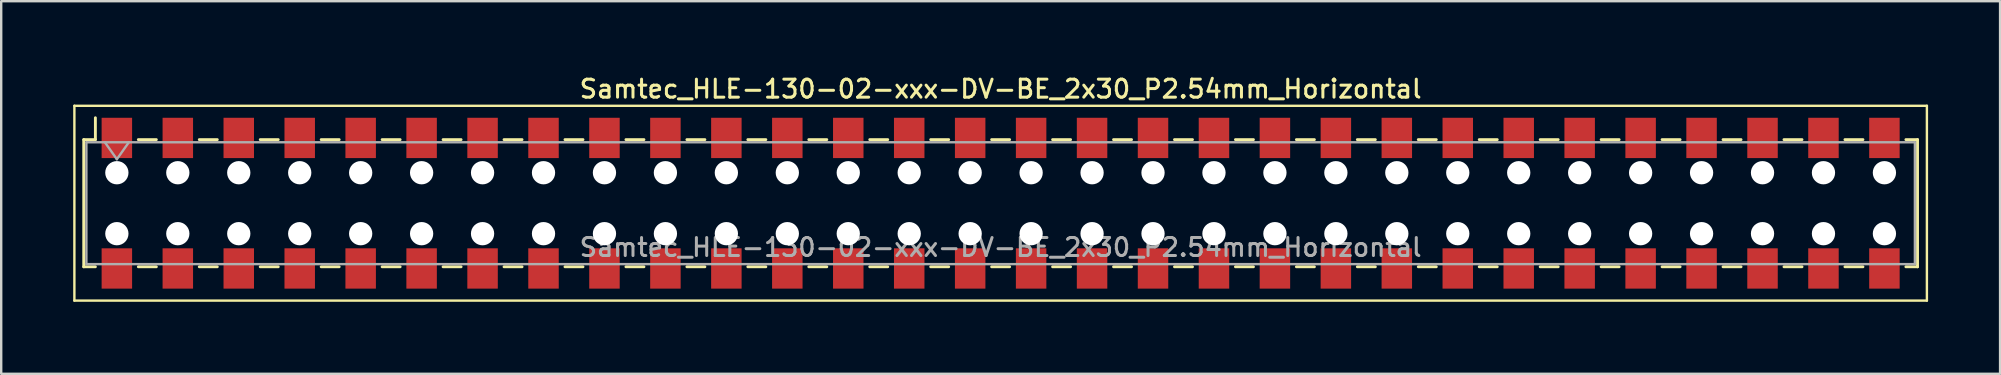
<source format=kicad_pcb>
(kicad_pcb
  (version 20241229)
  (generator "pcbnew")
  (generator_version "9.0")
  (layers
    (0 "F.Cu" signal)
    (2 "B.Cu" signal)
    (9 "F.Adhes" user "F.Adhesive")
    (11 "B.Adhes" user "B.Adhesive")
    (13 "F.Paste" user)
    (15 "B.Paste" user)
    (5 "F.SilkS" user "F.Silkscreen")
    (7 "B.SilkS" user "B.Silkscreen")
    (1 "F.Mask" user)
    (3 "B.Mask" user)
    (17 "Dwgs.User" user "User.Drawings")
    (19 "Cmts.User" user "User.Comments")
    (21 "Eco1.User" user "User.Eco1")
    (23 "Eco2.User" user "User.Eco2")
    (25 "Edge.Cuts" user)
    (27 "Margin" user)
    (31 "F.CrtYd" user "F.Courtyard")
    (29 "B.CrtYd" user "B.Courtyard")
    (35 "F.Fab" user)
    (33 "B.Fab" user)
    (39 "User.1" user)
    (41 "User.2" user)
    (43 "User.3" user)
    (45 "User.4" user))
  (footprint "Samtec_HLE-130-02-xxx-DV-BE_2x30_P2.54mm_Horizontal"
    (layer "F.Cu")
    (at 38.65 5.418)
    (property "Reference" "Samtec_HLE-130-02-xxx-DV-BE_2x30_P2.54mm_Horizontal" (at 0 -4.76 0) (layer "F.SilkS") (effects (font (size 0.75 0.75) (thickness 0.125))))
    (attr smd)
    (fp_line (start -38.6 -4.06) (end 38.6 -4.06) (stroke (width 0.1) (type solid)) (layer "F.SilkS"))
    (fp_line (start -38.6 4.06) (end -38.6 -4.06) (stroke (width 0.1) (type solid)) (layer "F.SilkS"))
    (fp_line (start -38.21 -2.65) (end -38.21 2.65) (stroke (width 0.12) (type solid)) (layer "F.SilkS"))
    (fp_line (start -38.21 2.65) (end -37.725 2.65) (stroke (width 0.12) (type solid)) (layer "F.SilkS"))
    (fp_line (start -37.725 -3.56) (end -37.725 -2.65) (stroke (width 0.12) (type solid)) (layer "F.SilkS"))
    (fp_line (start -37.725 -2.65) (end -38.21 -2.65) (stroke (width 0.12) (type solid)) (layer "F.SilkS"))
    (fp_line (start -35.935 -2.65) (end -35.185 -2.65) (stroke (width 0.12) (type solid)) (layer "F.SilkS"))
    (fp_line (start -35.935 2.65) (end -35.185 2.65) (stroke (width 0.12) (type solid)) (layer "F.SilkS"))
    (fp_line (start -33.395 -2.65) (end -32.645 -2.65) (stroke (width 0.12) (type solid)) (layer "F.SilkS"))
    (fp_line (start -33.395 2.65) (end -32.645 2.65) (stroke (width 0.12) (type solid)) (layer "F.SilkS"))
    (fp_line (start -30.855 -2.65) (end -30.105 -2.65) (stroke (width 0.12) (type solid)) (layer "F.SilkS"))
    (fp_line (start -30.855 2.65) (end -30.105 2.65) (stroke (width 0.12) (type solid)) (layer "F.SilkS"))
    (fp_line (start -28.315 -2.65) (end -27.565 -2.65) (stroke (width 0.12) (type solid)) (layer "F.SilkS"))
    (fp_line (start -28.315 2.65) (end -27.565 2.65) (stroke (width 0.12) (type solid)) (layer "F.SilkS"))
    (fp_line (start -25.775 -2.65) (end -25.025 -2.65) (stroke (width 0.12) (type solid)) (layer "F.SilkS"))
    (fp_line (start -25.775 2.65) (end -25.025 2.65) (stroke (width 0.12) (type solid)) (layer "F.SilkS"))
    (fp_line (start -23.235 -2.65) (end -22.485 -2.65) (stroke (width 0.12) (type solid)) (layer "F.SilkS"))
    (fp_line (start -23.235 2.65) (end -22.485 2.65) (stroke (width 0.12) (type solid)) (layer "F.SilkS"))
    (fp_line (start -20.695 -2.65) (end -19.945 -2.65) (stroke (width 0.12) (type solid)) (layer "F.SilkS"))
    (fp_line (start -20.695 2.65) (end -19.945 2.65) (stroke (width 0.12) (type solid)) (layer "F.SilkS"))
    (fp_line (start -18.155 -2.65) (end -17.405 -2.65) (stroke (width 0.12) (type solid)) (layer "F.SilkS"))
    (fp_line (start -18.155 2.65) (end -17.405 2.65) (stroke (width 0.12) (type solid)) (layer "F.SilkS"))
    (fp_line (start -15.615 -2.65) (end -14.865 -2.65) (stroke (width 0.12) (type solid)) (layer "F.SilkS"))
    (fp_line (start -15.615 2.65) (end -14.865 2.65) (stroke (width 0.12) (type solid)) (layer "F.SilkS"))
    (fp_line (start -13.075 -2.65) (end -12.325 -2.65) (stroke (width 0.12) (type solid)) (layer "F.SilkS"))
    (fp_line (start -13.075 2.65) (end -12.325 2.65) (stroke (width 0.12) (type solid)) (layer "F.SilkS"))
    (fp_line (start -10.535 -2.65) (end -9.785 -2.65) (stroke (width 0.12) (type solid)) (layer "F.SilkS"))
    (fp_line (start -10.535 2.65) (end -9.785 2.65) (stroke (width 0.12) (type solid)) (layer "F.SilkS"))
    (fp_line (start -7.995 -2.65) (end -7.245 -2.65) (stroke (width 0.12) (type solid)) (layer "F.SilkS"))
    (fp_line (start -7.995 2.65) (end -7.245 2.65) (stroke (width 0.12) (type solid)) (layer "F.SilkS"))
    (fp_line (start -5.455 -2.65) (end -4.705 -2.65) (stroke (width 0.12) (type solid)) (layer "F.SilkS"))
    (fp_line (start -5.455 2.65) (end -4.705 2.65) (stroke (width 0.12) (type solid)) (layer "F.SilkS"))
    (fp_line (start -2.915 -2.65) (end -2.165 -2.65) (stroke (width 0.12) (type solid)) (layer "F.SilkS"))
    (fp_line (start -2.915 2.65) (end -2.165 2.65) (stroke (width 0.12) (type solid)) (layer "F.SilkS"))
    (fp_line (start -0.375 -2.65) (end 0.375 -2.65) (stroke (width 0.12) (type solid)) (layer "F.SilkS"))
    (fp_line (start -0.375 2.65) (end 0.375 2.65) (stroke (width 0.12) (type solid)) (layer "F.SilkS"))
    (fp_line (start 2.165 -2.65) (end 2.915 -2.65) (stroke (width 0.12) (type solid)) (layer "F.SilkS"))
    (fp_line (start 2.165 2.65) (end 2.915 2.65) (stroke (width 0.12) (type solid)) (layer "F.SilkS"))
    (fp_line (start 4.705 -2.65) (end 5.455 -2.65) (stroke (width 0.12) (type solid)) (layer "F.SilkS"))
    (fp_line (start 4.705 2.65) (end 5.455 2.65) (stroke (width 0.12) (type solid)) (layer "F.SilkS"))
    (fp_line (start 7.245 -2.65) (end 7.995 -2.65) (stroke (width 0.12) (type solid)) (layer "F.SilkS"))
    (fp_line (start 7.245 2.65) (end 7.995 2.65) (stroke (width 0.12) (type solid)) (layer "F.SilkS"))
    (fp_line (start 9.785 -2.65) (end 10.535 -2.65) (stroke (width 0.12) (type solid)) (layer "F.SilkS"))
    (fp_line (start 9.785 2.65) (end 10.535 2.65) (stroke (width 0.12) (type solid)) (layer "F.SilkS"))
    (fp_line (start 12.325 -2.65) (end 13.075 -2.65) (stroke (width 0.12) (type solid)) (layer "F.SilkS"))
    (fp_line (start 12.325 2.65) (end 13.075 2.65) (stroke (width 0.12) (type solid)) (layer "F.SilkS"))
    (fp_line (start 14.865 -2.65) (end 15.615 -2.65) (stroke (width 0.12) (type solid)) (layer "F.SilkS"))
    (fp_line (start 14.865 2.65) (end 15.615 2.65) (stroke (width 0.12) (type solid)) (layer "F.SilkS"))
    (fp_line (start 17.405 -2.65) (end 18.155 -2.65) (stroke (width 0.12) (type solid)) (layer "F.SilkS"))
    (fp_line (start 17.405 2.65) (end 18.155 2.65) (stroke (width 0.12) (type solid)) (layer "F.SilkS"))
    (fp_line (start 19.945 -2.65) (end 20.695 -2.65) (stroke (width 0.12) (type solid)) (layer "F.SilkS"))
    (fp_line (start 19.945 2.65) (end 20.695 2.65) (stroke (width 0.12) (type solid)) (layer "F.SilkS"))
    (fp_line (start 22.485 -2.65) (end 23.235 -2.65) (stroke (width 0.12) (type solid)) (layer "F.SilkS"))
    (fp_line (start 22.485 2.65) (end 23.235 2.65) (stroke (width 0.12) (type solid)) (layer "F.SilkS"))
    (fp_line (start 25.025 -2.65) (end 25.775 -2.65) (stroke (width 0.12) (type solid)) (layer "F.SilkS"))
    (fp_line (start 25.025 2.65) (end 25.775 2.65) (stroke (width 0.12) (type solid)) (layer "F.SilkS"))
    (fp_line (start 27.565 -2.65) (end 28.315 -2.65) (stroke (width 0.12) (type solid)) (layer "F.SilkS"))
    (fp_line (start 27.565 2.65) (end 28.315 2.65) (stroke (width 0.12) (type solid)) (layer "F.SilkS"))
    (fp_line (start 30.105 -2.65) (end 30.855 -2.65) (stroke (width 0.12) (type solid)) (layer "F.SilkS"))
    (fp_line (start 30.105 2.65) (end 30.855 2.65) (stroke (width 0.12) (type solid)) (layer "F.SilkS"))
    (fp_line (start 32.645 -2.65) (end 33.395 -2.65) (stroke (width 0.12) (type solid)) (layer "F.SilkS"))
    (fp_line (start 32.645 2.65) (end 33.395 2.65) (stroke (width 0.12) (type solid)) (layer "F.SilkS"))
    (fp_line (start 35.185 -2.65) (end 35.935 -2.65) (stroke (width 0.12) (type solid)) (layer "F.SilkS"))
    (fp_line (start 35.185 2.65) (end 35.935 2.65) (stroke (width 0.12) (type solid)) (layer "F.SilkS"))
    (fp_line (start 37.725 -2.65) (end 38.21 -2.65) (stroke (width 0.12) (type solid)) (layer "F.SilkS"))
    (fp_line (start 38.21 -2.65) (end 38.21 2.65) (stroke (width 0.12) (type solid)) (layer "F.SilkS"))
    (fp_line (start 38.21 2.65) (end 37.725 2.65) (stroke (width 0.12) (type solid)) (layer "F.SilkS"))
    (fp_line (start 38.6 -4.06) (end 38.6 4.06) (stroke (width 0.1) (type solid)) (layer "F.SilkS"))
    (fp_line (start 38.6 4.06) (end -38.6 4.06) (stroke (width 0.1) (type solid)) (layer "F.SilkS"))
    (fp_line (start -38.1 -2.54) (end 38.1 -2.54) (stroke (width 0.1) (type solid)) (layer "F.Fab"))
    (fp_line (start -38.1 2.54) (end -38.1 -2.54) (stroke (width 0.1) (type solid)) (layer "F.Fab"))
    (fp_line (start -37.33 -2.54) (end -36.83 -1.833) (stroke (width 0.1) (type solid)) (layer "F.Fab"))
    (fp_line (start -36.83 -1.833) (end -36.33 -2.54) (stroke (width 0.1) (type solid)) (layer "F.Fab"))
    (fp_line (start 38.1 -2.54) (end 38.1 2.54) (stroke (width 0.1) (type solid)) (layer "F.Fab"))
    (fp_line (start 38.1 2.54) (end -38.1 2.54) (stroke (width 0.1) (type solid)) (layer "F.Fab"))
    (fp_text user "${REFERENCE}" (at 0 1.84 0) (layer "F.Fab") (effects (font (size 0.75 0.75) (thickness 0.125))))
    (pad "" np_thru_hole circle (at -36.83 -1.27) (size 0.97 0.97) (drill 0.97) (layers "*.Cu" "*.Mask"))
    (pad "" np_thru_hole circle (at -36.83 1.27) (size 0.97 0.97) (drill 0.97) (layers "*.Cu" "*.Mask"))
    (pad "" np_thru_hole circle (at -34.29 -1.27) (size 0.97 0.97) (drill 0.97) (layers "*.Cu" "*.Mask"))
    (pad "" np_thru_hole circle (at -34.29 1.27) (size 0.97 0.97) (drill 0.97) (layers "*.Cu" "*.Mask"))
    (pad "" np_thru_hole circle (at -31.75 -1.27) (size 0.97 0.97) (drill 0.97) (layers "*.Cu" "*.Mask"))
    (pad "" np_thru_hole circle (at -31.75 1.27) (size 0.97 0.97) (drill 0.97) (layers "*.Cu" "*.Mask"))
    (pad "" np_thru_hole circle (at -29.21 -1.27) (size 0.97 0.97) (drill 0.97) (layers "*.Cu" "*.Mask"))
    (pad "" np_thru_hole circle (at -29.21 1.27) (size 0.97 0.97) (drill 0.97) (layers "*.Cu" "*.Mask"))
    (pad "" np_thru_hole circle (at -26.67 -1.27) (size 0.97 0.97) (drill 0.97) (layers "*.Cu" "*.Mask"))
    (pad "" np_thru_hole circle (at -26.67 1.27) (size 0.97 0.97) (drill 0.97) (layers "*.Cu" "*.Mask"))
    (pad "" np_thru_hole circle (at -24.13 -1.27) (size 0.97 0.97) (drill 0.97) (layers "*.Cu" "*.Mask"))
    (pad "" np_thru_hole circle (at -24.13 1.27) (size 0.97 0.97) (drill 0.97) (layers "*.Cu" "*.Mask"))
    (pad "" np_thru_hole circle (at -21.59 -1.27) (size 0.97 0.97) (drill 0.97) (layers "*.Cu" "*.Mask"))
    (pad "" np_thru_hole circle (at -21.59 1.27) (size 0.97 0.97) (drill 0.97) (layers "*.Cu" "*.Mask"))
    (pad "" np_thru_hole circle (at -19.05 -1.27) (size 0.97 0.97) (drill 0.97) (layers "*.Cu" "*.Mask"))
    (pad "" np_thru_hole circle (at -19.05 1.27) (size 0.97 0.97) (drill 0.97) (layers "*.Cu" "*.Mask"))
    (pad "" np_thru_hole circle (at -16.51 -1.27) (size 0.97 0.97) (drill 0.97) (layers "*.Cu" "*.Mask"))
    (pad "" np_thru_hole circle (at -16.51 1.27) (size 0.97 0.97) (drill 0.97) (layers "*.Cu" "*.Mask"))
    (pad "" np_thru_hole circle (at -13.97 -1.27) (size 0.97 0.97) (drill 0.97) (layers "*.Cu" "*.Mask"))
    (pad "" np_thru_hole circle (at -13.97 1.27) (size 0.97 0.97) (drill 0.97) (layers "*.Cu" "*.Mask"))
    (pad "" np_thru_hole circle (at -11.43 -1.27) (size 0.97 0.97) (drill 0.97) (layers "*.Cu" "*.Mask"))
    (pad "" np_thru_hole circle (at -11.43 1.27) (size 0.97 0.97) (drill 0.97) (layers "*.Cu" "*.Mask"))
    (pad "" np_thru_hole circle (at -8.89 -1.27) (size 0.97 0.97) (drill 0.97) (layers "*.Cu" "*.Mask"))
    (pad "" np_thru_hole circle (at -8.89 1.27) (size 0.97 0.97) (drill 0.97) (layers "*.Cu" "*.Mask"))
    (pad "" np_thru_hole circle (at -6.35 -1.27) (size 0.97 0.97) (drill 0.97) (layers "*.Cu" "*.Mask"))
    (pad "" np_thru_hole circle (at -6.35 1.27) (size 0.97 0.97) (drill 0.97) (layers "*.Cu" "*.Mask"))
    (pad "" np_thru_hole circle (at -3.81 -1.27) (size 0.97 0.97) (drill 0.97) (layers "*.Cu" "*.Mask"))
    (pad "" np_thru_hole circle (at -3.81 1.27) (size 0.97 0.97) (drill 0.97) (layers "*.Cu" "*.Mask"))
    (pad "" np_thru_hole circle (at -1.27 -1.27) (size 0.97 0.97) (drill 0.97) (layers "*.Cu" "*.Mask"))
    (pad "" np_thru_hole circle (at -1.27 1.27) (size 0.97 0.97) (drill 0.97) (layers "*.Cu" "*.Mask"))
    (pad "" np_thru_hole circle (at 1.27 -1.27) (size 0.97 0.97) (drill 0.97) (layers "*.Cu" "*.Mask"))
    (pad "" np_thru_hole circle (at 1.27 1.27) (size 0.97 0.97) (drill 0.97) (layers "*.Cu" "*.Mask"))
    (pad "" np_thru_hole circle (at 3.81 -1.27) (size 0.97 0.97) (drill 0.97) (layers "*.Cu" "*.Mask"))
    (pad "" np_thru_hole circle (at 3.81 1.27) (size 0.97 0.97) (drill 0.97) (layers "*.Cu" "*.Mask"))
    (pad "" np_thru_hole circle (at 6.35 -1.27) (size 0.97 0.97) (drill 0.97) (layers "*.Cu" "*.Mask"))
    (pad "" np_thru_hole circle (at 6.35 1.27) (size 0.97 0.97) (drill 0.97) (layers "*.Cu" "*.Mask"))
    (pad "" np_thru_hole circle (at 8.89 -1.27) (size 0.97 0.97) (drill 0.97) (layers "*.Cu" "*.Mask"))
    (pad "" np_thru_hole circle (at 8.89 1.27) (size 0.97 0.97) (drill 0.97) (layers "*.Cu" "*.Mask"))
    (pad "" np_thru_hole circle (at 11.43 -1.27) (size 0.97 0.97) (drill 0.97) (layers "*.Cu" "*.Mask"))
    (pad "" np_thru_hole circle (at 11.43 1.27) (size 0.97 0.97) (drill 0.97) (layers "*.Cu" "*.Mask"))
    (pad "" np_thru_hole circle (at 13.97 -1.27) (size 0.97 0.97) (drill 0.97) (layers "*.Cu" "*.Mask"))
    (pad "" np_thru_hole circle (at 13.97 1.27) (size 0.97 0.97) (drill 0.97) (layers "*.Cu" "*.Mask"))
    (pad "" np_thru_hole circle (at 16.51 -1.27) (size 0.97 0.97) (drill 0.97) (layers "*.Cu" "*.Mask"))
    (pad "" np_thru_hole circle (at 16.51 1.27) (size 0.97 0.97) (drill 0.97) (layers "*.Cu" "*.Mask"))
    (pad "" np_thru_hole circle (at 19.05 -1.27) (size 0.97 0.97) (drill 0.97) (layers "*.Cu" "*.Mask"))
    (pad "" np_thru_hole circle (at 19.05 1.27) (size 0.97 0.97) (drill 0.97) (layers "*.Cu" "*.Mask"))
    (pad "" np_thru_hole circle (at 21.59 -1.27) (size 0.97 0.97) (drill 0.97) (layers "*.Cu" "*.Mask"))
    (pad "" np_thru_hole circle (at 21.59 1.27) (size 0.97 0.97) (drill 0.97) (layers "*.Cu" "*.Mask"))
    (pad "" np_thru_hole circle (at 24.13 -1.27) (size 0.97 0.97) (drill 0.97) (layers "*.Cu" "*.Mask"))
    (pad "" np_thru_hole circle (at 24.13 1.27) (size 0.97 0.97) (drill 0.97) (layers "*.Cu" "*.Mask"))
    (pad "" np_thru_hole circle (at 26.67 -1.27) (size 0.97 0.97) (drill 0.97) (layers "*.Cu" "*.Mask"))
    (pad "" np_thru_hole circle (at 26.67 1.27) (size 0.97 0.97) (drill 0.97) (layers "*.Cu" "*.Mask"))
    (pad "" np_thru_hole circle (at 29.21 -1.27) (size 0.97 0.97) (drill 0.97) (layers "*.Cu" "*.Mask"))
    (pad "" np_thru_hole circle (at 29.21 1.27) (size 0.97 0.97) (drill 0.97) (layers "*.Cu" "*.Mask"))
    (pad "" np_thru_hole circle (at 31.75 -1.27) (size 0.97 0.97) (drill 0.97) (layers "*.Cu" "*.Mask"))
    (pad "" np_thru_hole circle (at 31.75 1.27) (size 0.97 0.97) (drill 0.97) (layers "*.Cu" "*.Mask"))
    (pad "" np_thru_hole circle (at 34.29 -1.27) (size 0.97 0.97) (drill 0.97) (layers "*.Cu" "*.Mask"))
    (pad "" np_thru_hole circle (at 34.29 1.27) (size 0.97 0.97) (drill 0.97) (layers "*.Cu" "*.Mask"))
    (pad "" np_thru_hole circle (at 36.83 -1.27) (size 0.97 0.97) (drill 0.97) (layers "*.Cu" "*.Mask"))
    (pad "" np_thru_hole circle (at 36.83 1.27) (size 0.97 0.97) (drill 0.97) (layers "*.Cu" "*.Mask"))
    (pad "1" smd rect (at -36.83 -2.72) (size 1.27 1.68) (layers "F.Cu" "F.Mask" "F.Paste"))
    (pad "2" smd rect (at -36.83 2.72) (size 1.27 1.68) (layers "F.Cu" "F.Mask" "F.Paste"))
    (pad "3" smd rect (at -34.29 -2.72) (size 1.27 1.68) (layers "F.Cu" "F.Mask" "F.Paste"))
    (pad "4" smd rect (at -34.29 2.72) (size 1.27 1.68) (layers "F.Cu" "F.Mask" "F.Paste"))
    (pad "5" smd rect (at -31.75 -2.72) (size 1.27 1.68) (layers "F.Cu" "F.Mask" "F.Paste"))
    (pad "6" smd rect (at -31.75 2.72) (size 1.27 1.68) (layers "F.Cu" "F.Mask" "F.Paste"))
    (pad "7" smd rect (at -29.21 -2.72) (size 1.27 1.68) (layers "F.Cu" "F.Mask" "F.Paste"))
    (pad "8" smd rect (at -29.21 2.72) (size 1.27 1.68) (layers "F.Cu" "F.Mask" "F.Paste"))
    (pad "9" smd rect (at -26.67 -2.72) (size 1.27 1.68) (layers "F.Cu" "F.Mask" "F.Paste"))
    (pad "10" smd rect (at -26.67 2.72) (size 1.27 1.68) (layers "F.Cu" "F.Mask" "F.Paste"))
    (pad "11" smd rect (at -24.13 -2.72) (size 1.27 1.68) (layers "F.Cu" "F.Mask" "F.Paste"))
    (pad "12" smd rect (at -24.13 2.72) (size 1.27 1.68) (layers "F.Cu" "F.Mask" "F.Paste"))
    (pad "13" smd rect (at -21.59 -2.72) (size 1.27 1.68) (layers "F.Cu" "F.Mask" "F.Paste"))
    (pad "14" smd rect (at -21.59 2.72) (size 1.27 1.68) (layers "F.Cu" "F.Mask" "F.Paste"))
    (pad "15" smd rect (at -19.05 -2.72) (size 1.27 1.68) (layers "F.Cu" "F.Mask" "F.Paste"))
    (pad "16" smd rect (at -19.05 2.72) (size 1.27 1.68) (layers "F.Cu" "F.Mask" "F.Paste"))
    (pad "17" smd rect (at -16.51 -2.72) (size 1.27 1.68) (layers "F.Cu" "F.Mask" "F.Paste"))
    (pad "18" smd rect (at -16.51 2.72) (size 1.27 1.68) (layers "F.Cu" "F.Mask" "F.Paste"))
    (pad "19" smd rect (at -13.97 -2.72) (size 1.27 1.68) (layers "F.Cu" "F.Mask" "F.Paste"))
    (pad "20" smd rect (at -13.97 2.72) (size 1.27 1.68) (layers "F.Cu" "F.Mask" "F.Paste"))
    (pad "21" smd rect (at -11.43 -2.72) (size 1.27 1.68) (layers "F.Cu" "F.Mask" "F.Paste"))
    (pad "22" smd rect (at -11.43 2.72) (size 1.27 1.68) (layers "F.Cu" "F.Mask" "F.Paste"))
    (pad "23" smd rect (at -8.89 -2.72) (size 1.27 1.68) (layers "F.Cu" "F.Mask" "F.Paste"))
    (pad "24" smd rect (at -8.89 2.72) (size 1.27 1.68) (layers "F.Cu" "F.Mask" "F.Paste"))
    (pad "25" smd rect (at -6.35 -2.72) (size 1.27 1.68) (layers "F.Cu" "F.Mask" "F.Paste"))
    (pad "26" smd rect (at -6.35 2.72) (size 1.27 1.68) (layers "F.Cu" "F.Mask" "F.Paste"))
    (pad "27" smd rect (at -3.81 -2.72) (size 1.27 1.68) (layers "F.Cu" "F.Mask" "F.Paste"))
    (pad "28" smd rect (at -3.81 2.72) (size 1.27 1.68) (layers "F.Cu" "F.Mask" "F.Paste"))
    (pad "29" smd rect (at -1.27 -2.72) (size 1.27 1.68) (layers "F.Cu" "F.Mask" "F.Paste"))
    (pad "30" smd rect (at -1.27 2.72) (size 1.27 1.68) (layers "F.Cu" "F.Mask" "F.Paste"))
    (pad "31" smd rect (at 1.27 -2.72) (size 1.27 1.68) (layers "F.Cu" "F.Mask" "F.Paste"))
    (pad "32" smd rect (at 1.27 2.72) (size 1.27 1.68) (layers "F.Cu" "F.Mask" "F.Paste"))
    (pad "33" smd rect (at 3.81 -2.72) (size 1.27 1.68) (layers "F.Cu" "F.Mask" "F.Paste"))
    (pad "34" smd rect (at 3.81 2.72) (size 1.27 1.68) (layers "F.Cu" "F.Mask" "F.Paste"))
    (pad "35" smd rect (at 6.35 -2.72) (size 1.27 1.68) (layers "F.Cu" "F.Mask" "F.Paste"))
    (pad "36" smd rect (at 6.35 2.72) (size 1.27 1.68) (layers "F.Cu" "F.Mask" "F.Paste"))
    (pad "37" smd rect (at 8.89 -2.72) (size 1.27 1.68) (layers "F.Cu" "F.Mask" "F.Paste"))
    (pad "38" smd rect (at 8.89 2.72) (size 1.27 1.68) (layers "F.Cu" "F.Mask" "F.Paste"))
    (pad "39" smd rect (at 11.43 -2.72) (size 1.27 1.68) (layers "F.Cu" "F.Mask" "F.Paste"))
    (pad "40" smd rect (at 11.43 2.72) (size 1.27 1.68) (layers "F.Cu" "F.Mask" "F.Paste"))
    (pad "41" smd rect (at 13.97 -2.72) (size 1.27 1.68) (layers "F.Cu" "F.Mask" "F.Paste"))
    (pad "42" smd rect (at 13.97 2.72) (size 1.27 1.68) (layers "F.Cu" "F.Mask" "F.Paste"))
    (pad "43" smd rect (at 16.51 -2.72) (size 1.27 1.68) (layers "F.Cu" "F.Mask" "F.Paste"))
    (pad "44" smd rect (at 16.51 2.72) (size 1.27 1.68) (layers "F.Cu" "F.Mask" "F.Paste"))
    (pad "45" smd rect (at 19.05 -2.72) (size 1.27 1.68) (layers "F.Cu" "F.Mask" "F.Paste"))
    (pad "46" smd rect (at 19.05 2.72) (size 1.27 1.68) (layers "F.Cu" "F.Mask" "F.Paste"))
    (pad "47" smd rect (at 21.59 -2.72) (size 1.27 1.68) (layers "F.Cu" "F.Mask" "F.Paste"))
    (pad "48" smd rect (at 21.59 2.72) (size 1.27 1.68) (layers "F.Cu" "F.Mask" "F.Paste"))
    (pad "49" smd rect (at 24.13 -2.72) (size 1.27 1.68) (layers "F.Cu" "F.Mask" "F.Paste"))
    (pad "50" smd rect (at 24.13 2.72) (size 1.27 1.68) (layers "F.Cu" "F.Mask" "F.Paste"))
    (pad "51" smd rect (at 26.67 -2.72) (size 1.27 1.68) (layers "F.Cu" "F.Mask" "F.Paste"))
    (pad "52" smd rect (at 26.67 2.72) (size 1.27 1.68) (layers "F.Cu" "F.Mask" "F.Paste"))
    (pad "53" smd rect (at 29.21 -2.72) (size 1.27 1.68) (layers "F.Cu" "F.Mask" "F.Paste"))
    (pad "54" smd rect (at 29.21 2.72) (size 1.27 1.68) (layers "F.Cu" "F.Mask" "F.Paste"))
    (pad "55" smd rect (at 31.75 -2.72) (size 1.27 1.68) (layers "F.Cu" "F.Mask" "F.Paste"))
    (pad "56" smd rect (at 31.75 2.72) (size 1.27 1.68) (layers "F.Cu" "F.Mask" "F.Paste"))
    (pad "57" smd rect (at 34.29 -2.72) (size 1.27 1.68) (layers "F.Cu" "F.Mask" "F.Paste"))
    (pad "58" smd rect (at 34.29 2.72) (size 1.27 1.68) (layers "F.Cu" "F.Mask" "F.Paste"))
    (pad "59" smd rect (at 36.83 -2.72) (size 1.27 1.68) (layers "F.Cu" "F.Mask" "F.Paste"))
    (pad "60" smd rect (at 36.83 2.72) (size 1.27 1.68) (layers "F.Cu" "F.Mask" "F.Paste")))
  (gr_rect
    (start -3 -3)
    (end 80.3 12.528)
    (stroke (width 0.1) (type default))
    (fill no)
    (layer "Edge.Cuts")))
</source>
